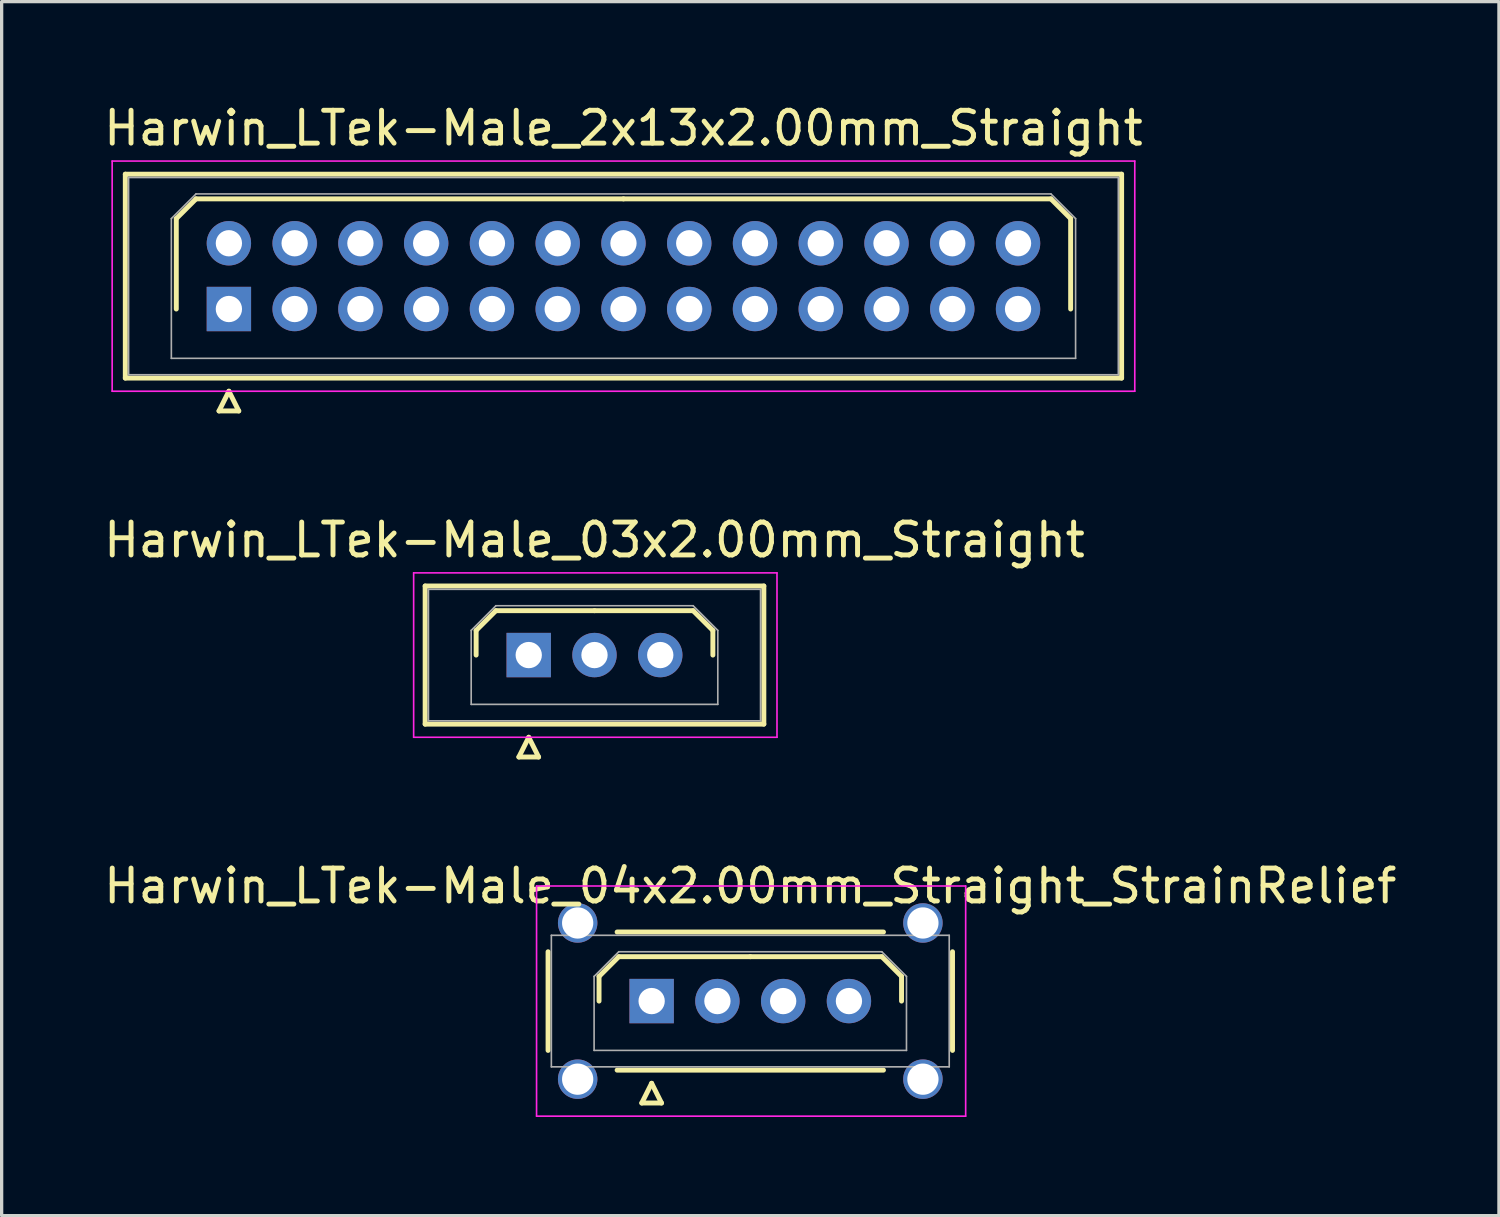
<source format=kicad_pcb>
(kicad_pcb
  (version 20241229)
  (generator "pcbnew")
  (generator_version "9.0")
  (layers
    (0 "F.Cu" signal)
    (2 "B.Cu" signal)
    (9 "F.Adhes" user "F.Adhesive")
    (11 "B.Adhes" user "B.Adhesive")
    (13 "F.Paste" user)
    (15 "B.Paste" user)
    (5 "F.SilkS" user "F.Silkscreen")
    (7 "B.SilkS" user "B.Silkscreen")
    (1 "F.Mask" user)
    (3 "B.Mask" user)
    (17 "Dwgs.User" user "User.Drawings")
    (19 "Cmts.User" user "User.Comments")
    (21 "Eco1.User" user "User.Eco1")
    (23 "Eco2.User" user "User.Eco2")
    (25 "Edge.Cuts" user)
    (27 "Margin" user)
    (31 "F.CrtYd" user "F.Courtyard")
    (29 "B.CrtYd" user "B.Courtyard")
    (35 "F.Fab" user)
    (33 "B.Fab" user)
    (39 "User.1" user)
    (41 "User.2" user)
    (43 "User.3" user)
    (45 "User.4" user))
  (footprint "Harwin_LTek-Male_2x13x2.00mm_Straight"
    (layer "F.Cu")
    (at 3.911 6.348)
    (property "Reference" "Harwin_LTek-Male_2x13x2.00mm_Straight" (at 12 -5.5 0) (layer "F.SilkS") (effects (font (size 1 1) (thickness 0.15))))
    (attr through_hole)
    (fp_line (start -3.15 -4.1) (end -3.15 2.1) (stroke (width 0.15) (type solid)) (layer "F.SilkS"))
    (fp_line (start -3.15 2.1) (end 27.15 2.1) (stroke (width 0.15) (type solid)) (layer "F.SilkS"))
    (fp_line (start -1.6 -2.75) (end -1 -3.35) (stroke (width 0.15) (type solid)) (layer "F.SilkS"))
    (fp_line (start -1.6 0) (end -1.6 -2.75) (stroke (width 0.15) (type solid)) (layer "F.SilkS"))
    (fp_line (start -1 -3.35) (end 12 -3.35) (stroke (width 0.15) (type solid)) (layer "F.SilkS"))
    (fp_line (start -0.3 3.1) (end 0.3 3.1) (stroke (width 0.15) (type solid)) (layer "F.SilkS"))
    (fp_line (start 0 2.5) (end -0.3 3.1) (stroke (width 0.15) (type solid)) (layer "F.SilkS"))
    (fp_line (start 0.3 3.1) (end 0 2.5) (stroke (width 0.15) (type solid)) (layer "F.SilkS"))
    (fp_line (start 25 -3.35) (end 12 -3.35) (stroke (width 0.15) (type solid)) (layer "F.SilkS"))
    (fp_line (start 25.6 -2.75) (end 25 -3.35) (stroke (width 0.15) (type solid)) (layer "F.SilkS"))
    (fp_line (start 25.6 0) (end 25.6 -2.75) (stroke (width 0.15) (type solid)) (layer "F.SilkS"))
    (fp_line (start 27.15 -4.1) (end -3.15 -4.1) (stroke (width 0.15) (type solid)) (layer "F.SilkS"))
    (fp_line (start 27.15 2.1) (end 27.15 -4.1) (stroke (width 0.15) (type solid)) (layer "F.SilkS"))
    (fp_line (start -3.55 -4.5) (end -3.55 2.5) (stroke (width 0.05) (type solid)) (layer "F.CrtYd"))
    (fp_line (start -3.55 2.5) (end 27.55 2.5) (stroke (width 0.05) (type solid)) (layer "F.CrtYd"))
    (fp_line (start 27.55 -4.5) (end -3.55 -4.5) (stroke (width 0.05) (type solid)) (layer "F.CrtYd"))
    (fp_line (start 27.55 2.5) (end 27.55 -4.5) (stroke (width 0.05) (type solid)) (layer "F.CrtYd"))
    (fp_line (start -3.05 -4) (end -3.05 2) (stroke (width 0.05) (type solid)) (layer "F.Fab"))
    (fp_line (start -3.05 2) (end 27.05 2) (stroke (width 0.05) (type solid)) (layer "F.Fab"))
    (fp_line (start -1.75 -2.75) (end -1 -3.5) (stroke (width 0.05) (type solid)) (layer "F.Fab"))
    (fp_line (start -1.75 1.5) (end -1.75 -2.75) (stroke (width 0.05) (type solid)) (layer "F.Fab"))
    (fp_line (start -1 -3.5) (end 25 -3.5) (stroke (width 0.05) (type solid)) (layer "F.Fab"))
    (fp_line (start 25 -3.5) (end 25.75 -2.75) (stroke (width 0.05) (type solid)) (layer "F.Fab"))
    (fp_line (start 25.75 -2.75) (end 25.75 1.5) (stroke (width 0.05) (type solid)) (layer "F.Fab"))
    (fp_line (start 25.75 1.5) (end -1.75 1.5) (stroke (width 0.05) (type solid)) (layer "F.Fab"))
    (fp_line (start 27.05 -4) (end -3.05 -4) (stroke (width 0.05) (type solid)) (layer "F.Fab"))
    (fp_line (start 27.05 2) (end 27.05 -4) (stroke (width 0.05) (type solid)) (layer "F.Fab"))
    (pad "1" thru_hole rect (at 0 0) (size 1.35 1.35) (drill 0.8) (layers "*.Cu" "*.Mask"))
    (pad "2" thru_hole circle (at 0 -2) (size 1.35 1.35) (drill 0.8) (layers "*.Cu" "*.Mask"))
    (pad "3" thru_hole circle (at 2 0) (size 1.35 1.35) (drill 0.8) (layers "*.Cu" "*.Mask"))
    (pad "4" thru_hole circle (at 2 -2) (size 1.35 1.35) (drill 0.8) (layers "*.Cu" "*.Mask"))
    (pad "5" thru_hole circle (at 4 0) (size 1.35 1.35) (drill 0.8) (layers "*.Cu" "*.Mask"))
    (pad "6" thru_hole circle (at 4 -2) (size 1.35 1.35) (drill 0.8) (layers "*.Cu" "*.Mask"))
    (pad "7" thru_hole circle (at 6 0) (size 1.35 1.35) (drill 0.8) (layers "*.Cu" "*.Mask"))
    (pad "8" thru_hole circle (at 6 -2) (size 1.35 1.35) (drill 0.8) (layers "*.Cu" "*.Mask"))
    (pad "9" thru_hole circle (at 8 0) (size 1.35 1.35) (drill 0.8) (layers "*.Cu" "*.Mask"))
    (pad "10" thru_hole circle (at 8 -2) (size 1.35 1.35) (drill 0.8) (layers "*.Cu" "*.Mask"))
    (pad "11" thru_hole circle (at 10 0) (size 1.35 1.35) (drill 0.8) (layers "*.Cu" "*.Mask"))
    (pad "12" thru_hole circle (at 10 -2) (size 1.35 1.35) (drill 0.8) (layers "*.Cu" "*.Mask"))
    (pad "13" thru_hole circle (at 12 0) (size 1.35 1.35) (drill 0.8) (layers "*.Cu" "*.Mask"))
    (pad "14" thru_hole circle (at 12 -2) (size 1.35 1.35) (drill 0.8) (layers "*.Cu" "*.Mask"))
    (pad "15" thru_hole circle (at 14 0) (size 1.35 1.35) (drill 0.8) (layers "*.Cu" "*.Mask"))
    (pad "16" thru_hole circle (at 14 -2) (size 1.35 1.35) (drill 0.8) (layers "*.Cu" "*.Mask"))
    (pad "17" thru_hole circle (at 16 0) (size 1.35 1.35) (drill 0.8) (layers "*.Cu" "*.Mask"))
    (pad "18" thru_hole circle (at 16 -2) (size 1.35 1.35) (drill 0.8) (layers "*.Cu" "*.Mask"))
    (pad "19" thru_hole circle (at 18 0) (size 1.35 1.35) (drill 0.8) (layers "*.Cu" "*.Mask"))
    (pad "20" thru_hole circle (at 18 -2) (size 1.35 1.35) (drill 0.8) (layers "*.Cu" "*.Mask"))
    (pad "21" thru_hole circle (at 20 0) (size 1.35 1.35) (drill 0.8) (layers "*.Cu" "*.Mask"))
    (pad "22" thru_hole circle (at 20 -2) (size 1.35 1.35) (drill 0.8) (layers "*.Cu" "*.Mask"))
    (pad "23" thru_hole circle (at 22 0) (size 1.35 1.35) (drill 0.8) (layers "*.Cu" "*.Mask"))
    (pad "24" thru_hole circle (at 22 -2) (size 1.35 1.35) (drill 0.8) (layers "*.Cu" "*.Mask"))
    (pad "25" thru_hole circle (at 24 0) (size 1.35 1.35) (drill 0.8) (layers "*.Cu" "*.Mask"))
    (pad "26" thru_hole circle (at 24 -2) (size 1.35 1.35) (drill 0.8) (layers "*.Cu" "*.Mask")))
  (footprint "Harwin_LTek-Male_04x2.00mm_Straight_StrainRelief"
    (layer "F.Cu")
    (at 16.768 27.395)
    (property "Reference" "Harwin_LTek-Male_04x2.00mm_Straight_StrainRelief" (at 3 -3.5 0) (layer "F.SilkS") (effects (font (size 1 1) (thickness 0.15))))
    (attr through_hole)
    (fp_line (start -3.15 -1.5) (end -3.15 1.5) (stroke (width 0.15) (type solid)) (layer "F.SilkS"))
    (fp_line (start -1.6 -0.75) (end -1 -1.35) (stroke (width 0.15) (type solid)) (layer "F.SilkS"))
    (fp_line (start -1.6 0) (end -1.6 -0.75) (stroke (width 0.15) (type solid)) (layer "F.SilkS"))
    (fp_line (start -1.05 -2.1) (end 7.05 -2.1) (stroke (width 0.15) (type solid)) (layer "F.SilkS"))
    (fp_line (start -1.05 2.1) (end 7.05 2.1) (stroke (width 0.15) (type solid)) (layer "F.SilkS"))
    (fp_line (start -1 -1.35) (end 3 -1.35) (stroke (width 0.15) (type solid)) (layer "F.SilkS"))
    (fp_line (start -0.3 3.1) (end 0.3 3.1) (stroke (width 0.15) (type solid)) (layer "F.SilkS"))
    (fp_line (start 0 2.5) (end -0.3 3.1) (stroke (width 0.15) (type solid)) (layer "F.SilkS"))
    (fp_line (start 0.3 3.1) (end 0 2.5) (stroke (width 0.15) (type solid)) (layer "F.SilkS"))
    (fp_line (start 7 -1.35) (end 3 -1.35) (stroke (width 0.15) (type solid)) (layer "F.SilkS"))
    (fp_line (start 7.6 -0.75) (end 7 -1.35) (stroke (width 0.15) (type solid)) (layer "F.SilkS"))
    (fp_line (start 7.6 0) (end 7.6 -0.75) (stroke (width 0.15) (type solid)) (layer "F.SilkS"))
    (fp_line (start 9.15 -1.5) (end 9.15 1.5) (stroke (width 0.15) (type solid)) (layer "F.SilkS"))
    (fp_line (start -3.5 -3.5) (end -3.5 3.5) (stroke (width 0.05) (type solid)) (layer "F.CrtYd"))
    (fp_line (start -3.5 3.5) (end 9.55 3.5) (stroke (width 0.05) (type solid)) (layer "F.CrtYd"))
    (fp_line (start 9.55 -3.5) (end -3.5 -3.5) (stroke (width 0.05) (type solid)) (layer "F.CrtYd"))
    (fp_line (start 9.55 3.5) (end 9.55 -3.5) (stroke (width 0.05) (type solid)) (layer "F.CrtYd"))
    (fp_line (start -3.05 -2) (end -3.05 2) (stroke (width 0.05) (type solid)) (layer "F.Fab"))
    (fp_line (start -3.05 2) (end 9.05 2) (stroke (width 0.05) (type solid)) (layer "F.Fab"))
    (fp_line (start -1.75 -0.75) (end -1 -1.5) (stroke (width 0.05) (type solid)) (layer "F.Fab"))
    (fp_line (start -1.75 1.5) (end -1.75 -0.75) (stroke (width 0.05) (type solid)) (layer "F.Fab"))
    (fp_line (start -1 -1.5) (end 7 -1.5) (stroke (width 0.05) (type solid)) (layer "F.Fab"))
    (fp_line (start 7 -1.5) (end 7.75 -0.75) (stroke (width 0.05) (type solid)) (layer "F.Fab"))
    (fp_line (start 7.75 -0.75) (end 7.75 1.5) (stroke (width 0.05) (type solid)) (layer "F.Fab"))
    (fp_line (start 7.75 1.5) (end -1.75 1.5) (stroke (width 0.05) (type solid)) (layer "F.Fab"))
    (fp_line (start 9.05 -2) (end -3.05 -2) (stroke (width 0.05) (type solid)) (layer "F.Fab"))
    (fp_line (start 9.05 2) (end 9.05 -2) (stroke (width 0.05) (type solid)) (layer "F.Fab"))
    (pad "" thru_hole circle (at -2.25 -2.375) (size 1.2 1.2) (drill 0.95) (layers "*.Cu" "*.Mask"))
    (pad "" thru_hole circle (at -2.25 2.375) (size 1.2 1.2) (drill 0.95) (layers "*.Cu" "*.Mask"))
    (pad "" thru_hole circle (at 8.25 -2.375) (size 1.2 1.2) (drill 0.95) (layers "*.Cu" "*.Mask"))
    (pad "" thru_hole circle (at 8.25 2.375) (size 1.2 1.2) (drill 0.95) (layers "*.Cu" "*.Mask"))
    (pad "1" thru_hole rect (at 0 0) (size 1.35 1.35) (drill 0.8) (layers "*.Cu" "*.Mask"))
    (pad "2" thru_hole circle (at 2 0) (size 1.35 1.35) (drill 0.8) (layers "*.Cu" "*.Mask"))
    (pad "3" thru_hole circle (at 4 0) (size 1.35 1.35) (drill 0.8) (layers "*.Cu" "*.Mask"))
    (pad "4" thru_hole circle (at 6 0) (size 1.35 1.35) (drill 0.8) (layers "*.Cu" "*.Mask")))
  (footprint "Harwin_LTek-Male_03x2.00mm_Straight"
    (layer "F.Cu")
    (at 13.03 16.872)
    (property "Reference" "Harwin_LTek-Male_03x2.00mm_Straight" (at 2 -3.5 0) (layer "F.SilkS") (effects (font (size 1 1) (thickness 0.15))))
    (attr through_hole)
    (fp_line (start -3.15 -2.1) (end -3.15 2.1) (stroke (width 0.15) (type solid)) (layer "F.SilkS"))
    (fp_line (start -3.15 2.1) (end 7.15 2.1) (stroke (width 0.15) (type solid)) (layer "F.SilkS"))
    (fp_line (start -1.6 -0.75) (end -1 -1.35) (stroke (width 0.15) (type solid)) (layer "F.SilkS"))
    (fp_line (start -1.6 0) (end -1.6 -0.75) (stroke (width 0.15) (type solid)) (layer "F.SilkS"))
    (fp_line (start -1 -1.35) (end 2 -1.35) (stroke (width 0.15) (type solid)) (layer "F.SilkS"))
    (fp_line (start -0.3 3.1) (end 0.3 3.1) (stroke (width 0.15) (type solid)) (layer "F.SilkS"))
    (fp_line (start 0 2.5) (end -0.3 3.1) (stroke (width 0.15) (type solid)) (layer "F.SilkS"))
    (fp_line (start 0.3 3.1) (end 0 2.5) (stroke (width 0.15) (type solid)) (layer "F.SilkS"))
    (fp_line (start 5 -1.35) (end 2 -1.35) (stroke (width 0.15) (type solid)) (layer "F.SilkS"))
    (fp_line (start 5.6 -0.75) (end 5 -1.35) (stroke (width 0.15) (type solid)) (layer "F.SilkS"))
    (fp_line (start 5.6 0) (end 5.6 -0.75) (stroke (width 0.15) (type solid)) (layer "F.SilkS"))
    (fp_line (start 7.15 -2.1) (end -3.15 -2.1) (stroke (width 0.15) (type solid)) (layer "F.SilkS"))
    (fp_line (start 7.15 2.1) (end 7.15 -2.1) (stroke (width 0.15) (type solid)) (layer "F.SilkS"))
    (fp_line (start -3.5 -2.5) (end -3.5 2.5) (stroke (width 0.05) (type solid)) (layer "F.CrtYd"))
    (fp_line (start -3.5 2.5) (end 7.55 2.5) (stroke (width 0.05) (type solid)) (layer "F.CrtYd"))
    (fp_line (start 7.55 -2.5) (end -3.5 -2.5) (stroke (width 0.05) (type solid)) (layer "F.CrtYd"))
    (fp_line (start 7.55 2.5) (end 7.55 -2.5) (stroke (width 0.05) (type solid)) (layer "F.CrtYd"))
    (fp_line (start -3.05 -2) (end -3.05 2) (stroke (width 0.05) (type solid)) (layer "F.Fab"))
    (fp_line (start -3.05 2) (end 7.05 2) (stroke (width 0.05) (type solid)) (layer "F.Fab"))
    (fp_line (start -1.75 -0.75) (end -1 -1.5) (stroke (width 0.05) (type solid)) (layer "F.Fab"))
    (fp_line (start -1.75 1.5) (end -1.75 -0.75) (stroke (width 0.05) (type solid)) (layer "F.Fab"))
    (fp_line (start -1 -1.5) (end 5 -1.5) (stroke (width 0.05) (type solid)) (layer "F.Fab"))
    (fp_line (start 5 -1.5) (end 5.75 -0.75) (stroke (width 0.05) (type solid)) (layer "F.Fab"))
    (fp_line (start 5.75 -0.75) (end 5.75 1.5) (stroke (width 0.05) (type solid)) (layer "F.Fab"))
    (fp_line (start 5.75 1.5) (end -1.75 1.5) (stroke (width 0.05) (type solid)) (layer "F.Fab"))
    (fp_line (start 7.05 -2) (end -3.05 -2) (stroke (width 0.05) (type solid)) (layer "F.Fab"))
    (fp_line (start 7.05 2) (end 7.05 -2) (stroke (width 0.05) (type solid)) (layer "F.Fab"))
    (pad "1" thru_hole rect (at 0 0) (size 1.35 1.35) (drill 0.8) (layers "*.Cu" "*.Mask"))
    (pad "2" thru_hole circle (at 2 0) (size 1.35 1.35) (drill 0.8) (layers "*.Cu" "*.Mask"))
    (pad "3" thru_hole circle (at 4 0) (size 1.35 1.35) (drill 0.8) (layers "*.Cu" "*.Mask")))
  (gr_rect
    (start -3 -3)
    (end 42.536 33.92)
    (stroke (width 0.1) (type default))
    (fill no)
    (layer "Edge.Cuts")))
</source>
